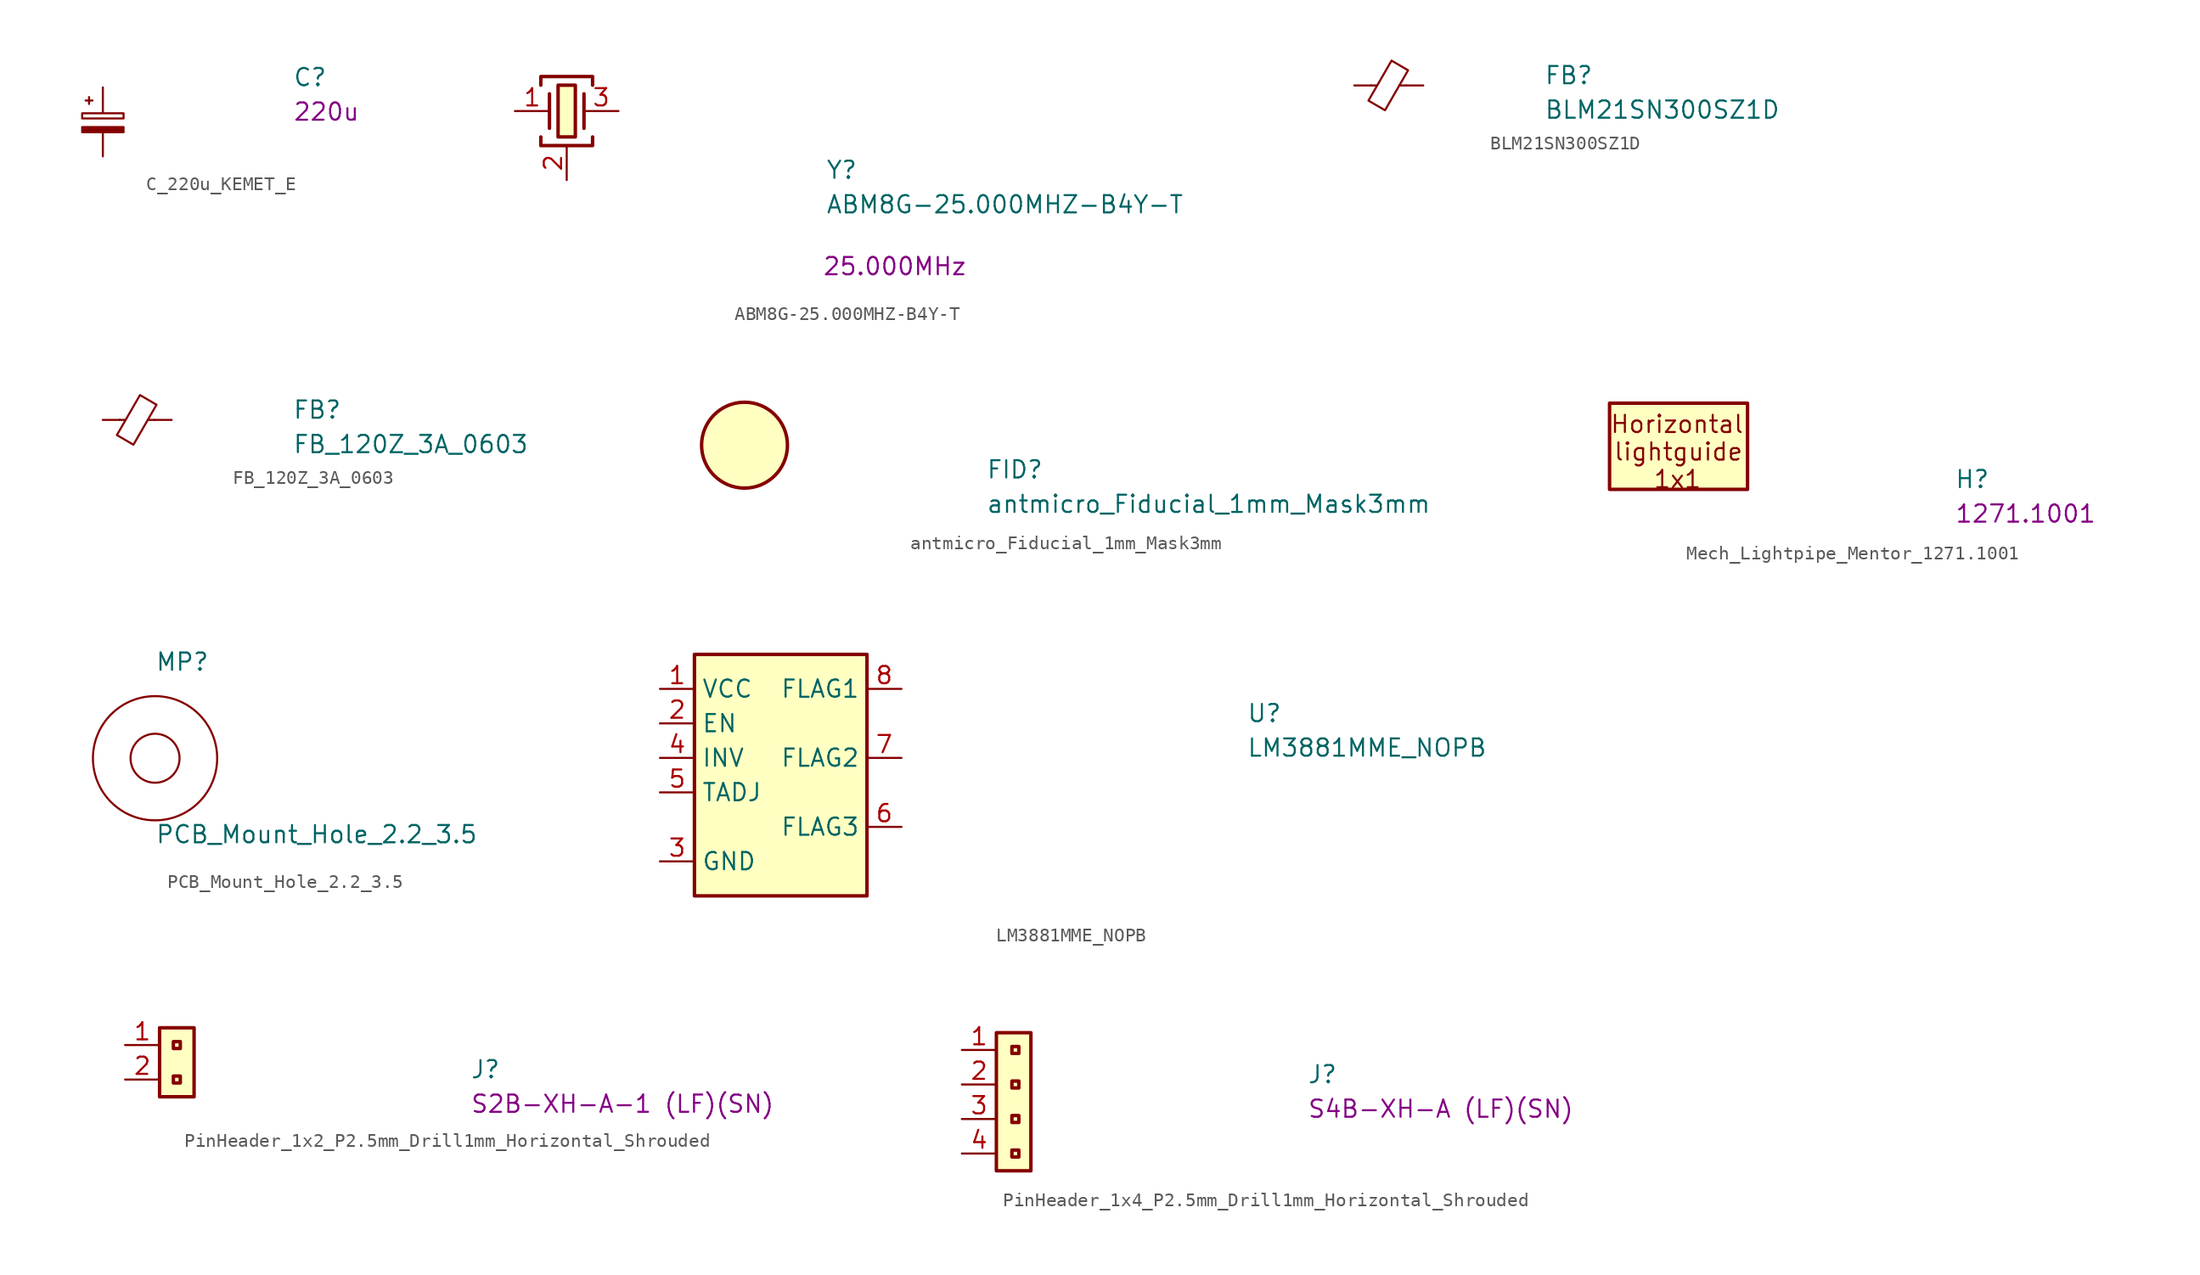
<source format=kicad_sym>
(kicad_symbol_lib
  (version 20211014)
  (generator kicad_symbol_editor)
  (symbol "antmicroCapacitorspol:C_220u_KEMET_E"
    (pin_numbers hide)
    (pin_names hide)
    (property "Reference" "C"
      (at 13.97 0 0)
      (effects (font (size 1.27 1.27) (thickness 0.15)) (justify left bottom)))
    (property "Val" "220u"
      (at 13.97 -2.54 0)
      (effects (font (size 1.27 1.27) (thickness 0.15)) (justify left bottom)))
    (symbol "C_220u_KEMET_E_0_1"
      (rectangle (start -1.524 -2.921) (end 1.524 -3.302) (stroke (width 0) (type default) (color 0 0 0 0)) (fill (type outline)))
      (rectangle (start -1.524 -1.905) (end 1.524 -2.286) (stroke (width 0) (type default) (color 0 0 0 0)) (fill (type none)))
      (polyline (pts (xy -1.27 -0.965) (xy -0.762 -0.965)) (stroke (width 0) (type default) (color 0 0 0 0)) (fill (type none)))
      (polyline (pts (xy -1.016 -1.219) (xy -1.016 -0.711)) (stroke (width 0) (type default) (color 0 0 0 0)) (fill (type none))))
    (symbol "C_220u_KEMET_E_1_1"
      (pin passive line (at 0 0 270) (length 1.854) (name "~" (effects (font (size 1.27 1.27)))) (number "1" (effects (font (size 1.27 1.27)))))
      (pin passive line (at 0 -5.08 90) (length 1.854) (name "~" (effects (font (size 1.27 1.27)))) (number "2" (effects (font (size 1.27 1.27)))))))
  (symbol "antmicroCrystals:ABM8G-25.000MHZ-B4Y-T"
    (pin_names hide)
    (property "Reference" "Y"
      (at 22.86 -5.08 0)
      (effects (font (size 1.27 1.27) (thickness 0.15)) (justify left bottom)))
    (property "Value" "ABM8G-25.000MHZ-B4Y-T"
      (at 22.86 -7.62 0)
      (effects (font (size 1.27 1.27) (thickness 0.15)) (justify left bottom)))
    (property "Val" "25.000MHz"
      (at 27.94 -11.43 0)
      (effects (font (size 1.27 1.27))))
    (symbol "ABM8G-25.000MHZ-B4Y-T_1_1"
      (polyline (pts (xy 2.54 1.27) (xy 2.54 -1.27)) (stroke (width 0.254) (type default) (color 0 0 0 0)) (fill (type background)))
      (polyline (pts (xy 5.08 1.27) (xy 5.08 -1.27)) (stroke (width 0.254) (type default) (color 0 0 0 0)) (fill (type background)))
      (polyline (pts (xy 1.905 -1.905) (xy 1.905 -2.54) (xy 5.715 -2.54) (xy 5.715 -1.905)) (stroke (width 0.254) (type default) (color 0 0 0 0)) (fill (type none)))
      (polyline (pts (xy 1.905 1.905) (xy 1.905 2.54) (xy 5.715 2.54) (xy 5.715 1.905)) (stroke (width 0.254) (type default) (color 0 0 0 0)) (fill (type none)))
      (rectangle (start 3.175 1.905) (end 4.445 -1.905) (stroke (width 0.254) (type default) (color 0 0 0 0)) (fill (type background)))
      (pin passive line (at 0 0 0) (length 2.54) (name "~" (effects (font (size 1.27 1.27)))) (number "1" (effects (font (size 1.27 1.27)))))
      (pin passive line (at 3.81 -5.08 90) (length 2.54) (name "SH" (effects (font (size 1.27 1.27)))) (number "2" (effects (font (size 1.27 1.27)))))
      (pin passive line (at 7.62 0 180) (length 2.54) (name "~" (effects (font (size 1.27 1.27)))) (number "3" (effects (font (size 1.27 1.27)))))
      (pin passive line (at 3.81 -5.08 90) (length 2.54) hide (name "SH" (effects (font (size 1.27 1.27)))) (number "4" (effects (font (size 1.27 1.27)))))))
  (symbol "antmicroFerriteBeadsandChips:BLM21SN300SZ1D"
    (pin_numbers hide)
    (pin_names hide)
    (property "Reference" "FB"
      (at 13.97 0 0)
      (effects (font (size 1.27 1.27) (thickness 0.15)) (justify left bottom)))
    (property "Value" "BLM21SN300SZ1D"
      (at 13.97 -2.54 0)
      (effects (font (size 1.27 1.27) (thickness 0.15)) (justify left bottom)))
    (symbol "BLM21SN300SZ1D_0_1"
      (polyline (pts (xy 1.651 0) (xy 1.245 0)) (stroke (width 0) (type default) (color 0 0 0 0)) (fill (type none)))
      (polyline (pts (xy 3.81 0) (xy 3.327 0)) (stroke (width 0) (type default) (color 0 0 0 0)) (fill (type none)))
      (polyline (pts (xy 2.261 -1.829) (xy 1.041 -1.118) (xy 2.743 1.829) (xy 3.962 1.118) (xy 2.261 -1.829)) (stroke (width 0) (type default) (color 0 0 0 0)) (fill (type none))))
    (symbol "BLM21SN300SZ1D_1_1"
      (pin passive line (at 0 0 0) (length 1.27) (name "~" (effects (font (size 1.27 1.27)))) (number "1" (effects (font (size 1.27 1.27)))))
      (pin passive line (at 5.08 0 180) (length 1.27) (name "~" (effects (font (size 1.27 1.27)))) (number "2" (effects (font (size 1.27 1.27)))))))
  (symbol "antmicroFerriteBeadsandChips:FB_120Z_3A_0603"
    (pin_numbers hide)
    (pin_names hide)
    (property "Reference" "FB"
      (at 13.97 0 0)
      (effects (font (size 1.27 1.27) (thickness 0.15)) (justify left bottom)))
    (property "Value" "FB_120Z_3A_0603"
      (at 13.97 -2.54 0)
      (effects (font (size 1.27 1.27) (thickness 0.15)) (justify left bottom)))
    (symbol "FB_120Z_3A_0603_0_1"
      (polyline (pts (xy 1.651 0) (xy 1.245 0)) (stroke (width 0) (type default) (color 0 0 0 0)) (fill (type none)))
      (polyline (pts (xy 3.81 0) (xy 3.327 0)) (stroke (width 0) (type default) (color 0 0 0 0)) (fill (type none)))
      (polyline (pts (xy 2.261 -1.829) (xy 1.041 -1.118) (xy 2.743 1.829) (xy 3.962 1.118) (xy 2.261 -1.829)) (stroke (width 0) (type default) (color 0 0 0 0)) (fill (type none))))
    (symbol "FB_120Z_3A_0603_1_1"
      (pin passive line (at 0 0 0) (length 1.27) (name "~" (effects (font (size 1.27 1.27)))) (number "1" (effects (font (size 1.27 1.27)))))
      (pin passive line (at 5.08 0 180) (length 1.27) (name "~" (effects (font (size 1.27 1.27)))) (number "2" (effects (font (size 1.27 1.27)))))))
  (symbol "antmicroFiducialMarks:antmicro_Fiducial_1mm_Mask3mm"
    (property "Reference" "FID"
      (at 17.78 -2.54 0)
      (effects (font (size 1.27 1.27) (thickness 0.15)) (justify left bottom)))
    (property "Value" "antmicro_Fiducial_1mm_Mask3mm"
      (at 17.78 -5.08 0)
      (effects (font (size 1.27 1.27) (thickness 0.15)) (justify left bottom)))
    (symbol "antmicro_Fiducial_1mm_Mask3mm_1_1"
      (circle (center 0 0) (radius 3.162) (stroke (width 0.254) (type default) (color 0 0 0 0)) (fill (type background)))))
  (symbol "antmicroMechanicalParts:Mech_Lightpipe_Mentor_1271.1001"
    (pin_names hide)
    (property "Reference" "H"
      (at 20.32 -2.54 0)
      (effects (font (size 1.27 1.27) (thickness 0.15)) (justify left bottom)))
    (property "MPN" "1271.1001"
      (at 20.32 -5.08 0)
      (effects (font (size 1.27 1.27) (thickness 0.15)) (justify left bottom)))
    (symbol "Mech_Lightpipe_Mentor_1271.1001_1_1"
      (rectangle (start 5.08 -2.54) (end -5.08 3.81) (stroke (width 0.254) (type default) (color 0 0 0 0)) (fill (type background)))
      (text "1x1" (at -1.905 -2.54 0) (effects (font (size 1.27 1.27) (thickness 0.15)) (justify left bottom)))
      (text "Horizontal" (at -5.08 1.524 0) (effects (font (size 1.27 1.27) (thickness 0.15)) (justify left bottom)))
      (text "lightguide" (at -4.826 -0.508 0) (effects (font (size 1.27 1.27) (thickness 0.15)) (justify left bottom)))))
  (symbol "antmicroMechanicalParts:PCB_Mount_Hole_2.2_3.5"
    (pin_names
      (offset 1.016))
    (property "Reference" "MP"
      (at 0 6.35 0)
      (effects (font (size 1.27 1.27)) (justify left bottom)))
    (property "Value" "PCB_Mount_Hole_2.2_3.5"
      (at 0 -6.35 0)
      (effects (font (size 1.27 1.27)) (justify left bottom)))
    (symbol "PCB_Mount_Hole_2.2_3.5_0_1"
      (circle (center 0 0) (radius 1.803) (stroke (width 0) (type default) (color 0 0 0 0)) (fill (type none)))
      (circle (center 0 0) (radius 4.572) (stroke (width 0) (type default) (color 0 0 0 0)) (fill (type none)))))
  (symbol "antmicroPMICPowerSequencers:LM3881MME_NOPB"
    (property "Reference" "U"
      (at 43.18 -2.54 0)
      (effects (font (size 1.27 1.27) (thickness 0.15)) (justify left bottom)))
    (property "Value" "LM3881MME_NOPB"
      (at 43.18 -5.08 0)
      (effects (font (size 1.27 1.27) (thickness 0.15)) (justify left bottom)))
    (symbol "LM3881MME_NOPB_1_1"
      (rectangle (start 2.54 2.54) (end 15.24 -15.24) (stroke (width 0.254) (type default) (color 0 0 0 0)) (fill (type background)))
      (pin power_in line (at 0 0 0) (length 2.54) (name "VCC" (effects (font (size 1.27 1.27)))) (number "1" (effects (font (size 1.27 1.27)))))
      (pin passive line (at 0 -2.54 0) (length 2.54) (name "EN" (effects (font (size 1.27 1.27)))) (number "2" (effects (font (size 1.27 1.27)))))
      (pin power_in line (at 0 -12.7 0) (length 2.54) (name "GND" (effects (font (size 1.27 1.27)))) (number "3" (effects (font (size 1.27 1.27)))))
      (pin input line (at 0 -5.08 0) (length 2.54) (name "INV" (effects (font (size 1.27 1.27)))) (number "4" (effects (font (size 1.27 1.27)))))
      (pin passive line (at 0 -7.62 0) (length 2.54) (name "TADJ" (effects (font (size 1.27 1.27)))) (number "5" (effects (font (size 1.27 1.27)))))
      (pin open_collector line (at 17.78 -10.16 180) (length 2.54) (name "FLAG3" (effects (font (size 1.27 1.27)))) (number "6" (effects (font (size 1.27 1.27)))))
      (pin open_collector line (at 17.78 -5.08 180) (length 2.54) (name "FLAG2" (effects (font (size 1.27 1.27)))) (number "7" (effects (font (size 1.27 1.27)))))
      (pin open_collector line (at 17.78 0 180) (length 2.54) (name "FLAG1" (effects (font (size 1.27 1.27)))) (number "8" (effects (font (size 1.27 1.27)))))))
  (symbol "antmicroRectangularConnectorsHeadersMalePins:PinHeader_1x2_P2.5mm_Drill1mm_Horizontal_Shrouded"
    (property "Reference" "J"
      (at 25.4 -2.54 0)
      (effects (font (size 1.27 1.27) (thickness 0.15)) (justify left bottom)))
    (property "MPN" "S2B-XH-A-1 (LF)(SN)"
      (at 25.4 -5.08 0)
      (effects (font (size 1.27 1.27) (thickness 0.15)) (justify left bottom)))
    (symbol "PinHeader_1x2_P2.5mm_Drill1mm_Horizontal_Shrouded_1_1"
      (rectangle (start 2.54 1.27) (end 5.08 -3.81) (stroke (width 0.254) (type default) (color 0 0 0 0)) (fill (type background)))
      (rectangle (start 3.556 0.254) (end 4.064 -0.254) (stroke (width 0.254) (type default) (color 0 0 0 0)) (fill (type background)))
      (rectangle (start 4.064 -2.794) (end 3.556 -2.286) (stroke (width 0.254) (type default) (color 0 0 0 0)) (fill (type background)))
      (pin input line (at 0 0 0) (length 2.54) (name "~" (effects (font (size 1.27 1.27)))) (number "1" (effects (font (size 1.27 1.27)))))
      (pin input line (at 0 -2.54 0) (length 2.54) (name "~" (effects (font (size 1.27 1.27)))) (number "2" (effects (font (size 1.27 1.27)))))))
  (symbol "antmicroRectangularConnectorsHeadersMalePins:PinHeader_1x4_P2.5mm_Drill1mm_Horizontal_Shrouded"
    (property "Reference" "J"
      (at 25.4 -2.54 0)
      (effects (font (size 1.27 1.27) (thickness 0.15)) (justify left bottom)))
    (property "MPN" "S4B-XH-A (LF)(SN)"
      (at 25.4 -5.08 0)
      (effects (font (size 1.27 1.27) (thickness 0.15)) (justify left bottom)))
    (symbol "PinHeader_1x4_P2.5mm_Drill1mm_Horizontal_Shrouded_1_1"
      (rectangle (start 4.191 -7.874) (end 3.683 -7.366) (stroke (width 0.254) (type default) (color 0 0 0 0)) (fill (type none)))
      (rectangle (start 4.191 -5.334) (end 3.683 -4.826) (stroke (width 0.254) (type default) (color 0 0 0 0)) (fill (type none)))
      (rectangle (start 4.191 -2.794) (end 3.683 -2.286) (stroke (width 0.254) (type default) (color 0 0 0 0)) (fill (type none)))
      (rectangle (start 4.191 -0.254) (end 3.683 0.254) (stroke (width 0.254) (type default) (color 0 0 0 0)) (fill (type none)))
      (rectangle (start 5.08 -8.89) (end 2.54 1.27) (stroke (width 0.254) (type default) (color 0 0 0 0)) (fill (type background)))
      (pin passive line (at 0 0 0) (length 2.54) (name "~" (effects (font (size 1.27 1.27)))) (number "1" (effects (font (size 1.27 1.27)))))
      (pin passive line (at 0 -2.54 0) (length 2.54) (name "~" (effects (font (size 1.27 1.27)))) (number "2" (effects (font (size 1.27 1.27)))))
      (pin passive line (at 0 -5.08 0) (length 2.54) (name "~" (effects (font (size 1.27 1.27)))) (number "3" (effects (font (size 1.27 1.27)))))
      (pin passive line (at 0 -7.62 0) (length 2.54) (name "~" (effects (font (size 1.27 1.27)))) (number "4" (effects (font (size 1.27 1.27))))))))
</source>
